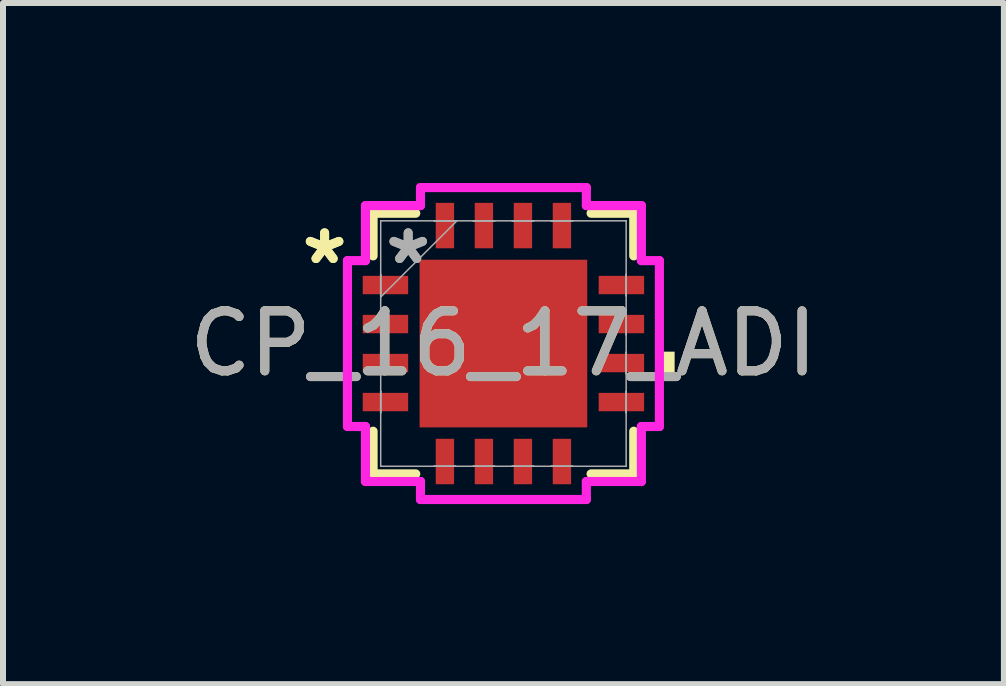
<source format=kicad_pcb>
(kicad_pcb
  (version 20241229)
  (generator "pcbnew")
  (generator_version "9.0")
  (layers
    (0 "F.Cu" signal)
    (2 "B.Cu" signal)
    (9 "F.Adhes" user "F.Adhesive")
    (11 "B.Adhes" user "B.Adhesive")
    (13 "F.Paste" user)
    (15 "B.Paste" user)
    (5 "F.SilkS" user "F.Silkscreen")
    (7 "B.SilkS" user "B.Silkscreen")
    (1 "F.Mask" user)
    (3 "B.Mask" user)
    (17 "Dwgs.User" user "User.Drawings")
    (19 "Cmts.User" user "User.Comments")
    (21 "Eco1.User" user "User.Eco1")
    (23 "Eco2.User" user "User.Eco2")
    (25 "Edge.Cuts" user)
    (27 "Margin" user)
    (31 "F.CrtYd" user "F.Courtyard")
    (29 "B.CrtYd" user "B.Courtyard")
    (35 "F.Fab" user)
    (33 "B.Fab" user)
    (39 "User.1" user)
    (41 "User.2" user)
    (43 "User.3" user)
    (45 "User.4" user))
  (footprint "CP_16_17_ADI"
    (layer "F.Cu")
    (at 5.339 2.675)
    (property "Reference" "CP_16_17_ADI" (at 0 0 0) (unlocked yes) (layer "F.SilkS") (effects (font (size 1 1) (thickness 0.15))))
    (attr smd)
    (fp_line (start -2.172 -2.172) (end -2.172 -1.461) (stroke (width 0.152) (type solid)) (layer "F.SilkS"))
    (fp_line (start -2.172 1.461) (end -2.172 2.172) (stroke (width 0.152) (type solid)) (layer "F.SilkS"))
    (fp_line (start -2.172 2.172) (end -1.461 2.172) (stroke (width 0.152) (type solid)) (layer "F.SilkS"))
    (fp_line (start -1.461 -2.172) (end -2.172 -2.172) (stroke (width 0.152) (type solid)) (layer "F.SilkS"))
    (fp_line (start 1.461 2.172) (end 2.172 2.172) (stroke (width 0.152) (type solid)) (layer "F.SilkS"))
    (fp_line (start 2.172 -2.172) (end 1.461 -2.172) (stroke (width 0.152) (type solid)) (layer "F.SilkS"))
    (fp_line (start 2.172 -1.461) (end 2.172 -2.172) (stroke (width 0.152) (type solid)) (layer "F.SilkS"))
    (fp_line (start 2.172 2.172) (end 2.172 1.461) (stroke (width 0.152) (type solid)) (layer "F.SilkS"))
    (fp_poly (pts (xy 2.853 0.135) (xy 2.853 0.516) (xy 2.599 0.516) (xy 2.599 0.135)) (stroke (width 0) (type solid)) (fill yes) (layer "F.SilkS"))
    (fp_poly (pts (xy -1.297 -1.297) (xy -1.297 -0.1) (xy -0.1 -0.1) (xy -0.1 -1.297)) (stroke (width 0) (type solid)) (fill yes) (layer "F.Paste"))
    (fp_poly (pts (xy -1.297 0.1) (xy -1.297 1.297) (xy -0.1 1.297) (xy -0.1 0.1)) (stroke (width 0) (type solid)) (fill yes) (layer "F.Paste"))
    (fp_poly (pts (xy 0.1 -1.297) (xy 0.1 -0.1) (xy 1.297 -0.1) (xy 1.297 -1.297)) (stroke (width 0) (type solid)) (fill yes) (layer "F.Paste"))
    (fp_poly (pts (xy 0.1 0.1) (xy 0.1 1.297) (xy 1.297 1.297) (xy 1.297 0.1)) (stroke (width 0) (type solid)) (fill yes) (layer "F.Paste"))
    (fp_line (start -2.599 -1.382) (end -2.299 -1.382) (stroke (width 0.152) (type solid)) (layer "F.CrtYd"))
    (fp_line (start -2.599 1.382) (end -2.599 -1.382) (stroke (width 0.152) (type solid)) (layer "F.CrtYd"))
    (fp_line (start -2.299 -2.299) (end -1.382 -2.299) (stroke (width 0.152) (type solid)) (layer "F.CrtYd"))
    (fp_line (start -2.299 -1.382) (end -2.299 -2.299) (stroke (width 0.152) (type solid)) (layer "F.CrtYd"))
    (fp_line (start -2.299 1.382) (end -2.599 1.382) (stroke (width 0.152) (type solid)) (layer "F.CrtYd"))
    (fp_line (start -2.299 2.299) (end -2.299 1.382) (stroke (width 0.152) (type solid)) (layer "F.CrtYd"))
    (fp_line (start -1.382 -2.599) (end 1.382 -2.599) (stroke (width 0.152) (type solid)) (layer "F.CrtYd"))
    (fp_line (start -1.382 -2.299) (end -1.382 -2.599) (stroke (width 0.152) (type solid)) (layer "F.CrtYd"))
    (fp_line (start -1.382 2.299) (end -2.299 2.299) (stroke (width 0.152) (type solid)) (layer "F.CrtYd"))
    (fp_line (start -1.382 2.599) (end -1.382 2.299) (stroke (width 0.152) (type solid)) (layer "F.CrtYd"))
    (fp_line (start 1.382 -2.599) (end 1.382 -2.299) (stroke (width 0.152) (type solid)) (layer "F.CrtYd"))
    (fp_line (start 1.382 -2.299) (end 2.299 -2.299) (stroke (width 0.152) (type solid)) (layer "F.CrtYd"))
    (fp_line (start 1.382 2.299) (end 1.382 2.599) (stroke (width 0.152) (type solid)) (layer "F.CrtYd"))
    (fp_line (start 1.382 2.599) (end -1.382 2.599) (stroke (width 0.152) (type solid)) (layer "F.CrtYd"))
    (fp_line (start 2.299 -2.299) (end 2.299 -1.382) (stroke (width 0.152) (type solid)) (layer "F.CrtYd"))
    (fp_line (start 2.299 -1.382) (end 2.599 -1.382) (stroke (width 0.152) (type solid)) (layer "F.CrtYd"))
    (fp_line (start 2.299 1.382) (end 2.299 2.299) (stroke (width 0.152) (type solid)) (layer "F.CrtYd"))
    (fp_line (start 2.299 2.299) (end 1.382 2.299) (stroke (width 0.152) (type solid)) (layer "F.CrtYd"))
    (fp_line (start 2.599 -1.382) (end 2.599 1.382) (stroke (width 0.152) (type solid)) (layer "F.CrtYd"))
    (fp_line (start 2.599 1.382) (end 2.299 1.382) (stroke (width 0.152) (type solid)) (layer "F.CrtYd"))
    (fp_line (start -2.045 -2.045) (end -2.045 -2.045) (stroke (width 0.025) (type solid)) (layer "F.Fab"))
    (fp_line (start -2.045 -2.045) (end -2.045 2.045) (stroke (width 0.025) (type solid)) (layer "F.Fab"))
    (fp_line (start -2.045 -1.153) (end -2.045 -1.153) (stroke (width 0.025) (type solid)) (layer "F.Fab"))
    (fp_line (start -2.045 -1.153) (end -2.045 -0.797) (stroke (width 0.025) (type solid)) (layer "F.Fab"))
    (fp_line (start -2.045 -0.797) (end -2.045 -1.153) (stroke (width 0.025) (type solid)) (layer "F.Fab"))
    (fp_line (start -2.045 -0.797) (end -2.045 -0.797) (stroke (width 0.025) (type solid)) (layer "F.Fab"))
    (fp_line (start -2.045 -0.775) (end -0.775 -2.045) (stroke (width 0.025) (type solid)) (layer "F.Fab"))
    (fp_line (start -2.045 -0.503) (end -2.045 -0.503) (stroke (width 0.025) (type solid)) (layer "F.Fab"))
    (fp_line (start -2.045 -0.503) (end -2.045 -0.147) (stroke (width 0.025) (type solid)) (layer "F.Fab"))
    (fp_line (start -2.045 -0.147) (end -2.045 -0.503) (stroke (width 0.025) (type solid)) (layer "F.Fab"))
    (fp_line (start -2.045 -0.147) (end -2.045 -0.147) (stroke (width 0.025) (type solid)) (layer "F.Fab"))
    (fp_line (start -2.045 0.147) (end -2.045 0.147) (stroke (width 0.025) (type solid)) (layer "F.Fab"))
    (fp_line (start -2.045 0.147) (end -2.045 0.503) (stroke (width 0.025) (type solid)) (layer "F.Fab"))
    (fp_line (start -2.045 0.503) (end -2.045 0.147) (stroke (width 0.025) (type solid)) (layer "F.Fab"))
    (fp_line (start -2.045 0.503) (end -2.045 0.503) (stroke (width 0.025) (type solid)) (layer "F.Fab"))
    (fp_line (start -2.045 0.797) (end -2.045 0.797) (stroke (width 0.025) (type solid)) (layer "F.Fab"))
    (fp_line (start -2.045 0.797) (end -2.045 1.153) (stroke (width 0.025) (type solid)) (layer "F.Fab"))
    (fp_line (start -2.045 1.153) (end -2.045 0.797) (stroke (width 0.025) (type solid)) (layer "F.Fab"))
    (fp_line (start -2.045 1.153) (end -2.045 1.153) (stroke (width 0.025) (type solid)) (layer "F.Fab"))
    (fp_line (start -2.045 2.045) (end -2.045 2.045) (stroke (width 0.025) (type solid)) (layer "F.Fab"))
    (fp_line (start -2.045 2.045) (end 2.045 2.045) (stroke (width 0.025) (type solid)) (layer "F.Fab"))
    (fp_line (start -1.153 -2.045) (end -1.153 -2.045) (stroke (width 0.025) (type solid)) (layer "F.Fab"))
    (fp_line (start -1.153 -2.045) (end -0.797 -2.045) (stroke (width 0.025) (type solid)) (layer "F.Fab"))
    (fp_line (start -1.153 2.045) (end -1.153 2.045) (stroke (width 0.025) (type solid)) (layer "F.Fab"))
    (fp_line (start -1.153 2.045) (end -0.797 2.045) (stroke (width 0.025) (type solid)) (layer "F.Fab"))
    (fp_line (start -0.797 -2.045) (end -1.153 -2.045) (stroke (width 0.025) (type solid)) (layer "F.Fab"))
    (fp_line (start -0.797 -2.045) (end -0.797 -2.045) (stroke (width 0.025) (type solid)) (layer "F.Fab"))
    (fp_line (start -0.797 2.045) (end -1.153 2.045) (stroke (width 0.025) (type solid)) (layer "F.Fab"))
    (fp_line (start -0.797 2.045) (end -0.797 2.045) (stroke (width 0.025) (type solid)) (layer "F.Fab"))
    (fp_line (start -0.503 -2.045) (end -0.503 -2.045) (stroke (width 0.025) (type solid)) (layer "F.Fab"))
    (fp_line (start -0.503 -2.045) (end -0.147 -2.045) (stroke (width 0.025) (type solid)) (layer "F.Fab"))
    (fp_line (start -0.503 2.045) (end -0.503 2.045) (stroke (width 0.025) (type solid)) (layer "F.Fab"))
    (fp_line (start -0.503 2.045) (end -0.147 2.045) (stroke (width 0.025) (type solid)) (layer "F.Fab"))
    (fp_line (start -0.147 -2.045) (end -0.503 -2.045) (stroke (width 0.025) (type solid)) (layer "F.Fab"))
    (fp_line (start -0.147 -2.045) (end -0.147 -2.045) (stroke (width 0.025) (type solid)) (layer "F.Fab"))
    (fp_line (start -0.147 2.045) (end -0.503 2.045) (stroke (width 0.025) (type solid)) (layer "F.Fab"))
    (fp_line (start -0.147 2.045) (end -0.147 2.045) (stroke (width 0.025) (type solid)) (layer "F.Fab"))
    (fp_line (start 0.147 -2.045) (end 0.147 -2.045) (stroke (width 0.025) (type solid)) (layer "F.Fab"))
    (fp_line (start 0.147 -2.045) (end 0.503 -2.045) (stroke (width 0.025) (type solid)) (layer "F.Fab"))
    (fp_line (start 0.147 2.045) (end 0.147 2.045) (stroke (width 0.025) (type solid)) (layer "F.Fab"))
    (fp_line (start 0.147 2.045) (end 0.503 2.045) (stroke (width 0.025) (type solid)) (layer "F.Fab"))
    (fp_line (start 0.503 -2.045) (end 0.147 -2.045) (stroke (width 0.025) (type solid)) (layer "F.Fab"))
    (fp_line (start 0.503 -2.045) (end 0.503 -2.045) (stroke (width 0.025) (type solid)) (layer "F.Fab"))
    (fp_line (start 0.503 2.045) (end 0.147 2.045) (stroke (width 0.025) (type solid)) (layer "F.Fab"))
    (fp_line (start 0.503 2.045) (end 0.503 2.045) (stroke (width 0.025) (type solid)) (layer "F.Fab"))
    (fp_line (start 0.797 -2.045) (end 0.797 -2.045) (stroke (width 0.025) (type solid)) (layer "F.Fab"))
    (fp_line (start 0.797 -2.045) (end 1.153 -2.045) (stroke (width 0.025) (type solid)) (layer "F.Fab"))
    (fp_line (start 0.797 2.045) (end 0.797 2.045) (stroke (width 0.025) (type solid)) (layer "F.Fab"))
    (fp_line (start 0.797 2.045) (end 1.153 2.045) (stroke (width 0.025) (type solid)) (layer "F.Fab"))
    (fp_line (start 1.153 -2.045) (end 0.797 -2.045) (stroke (width 0.025) (type solid)) (layer "F.Fab"))
    (fp_line (start 1.153 -2.045) (end 1.153 -2.045) (stroke (width 0.025) (type solid)) (layer "F.Fab"))
    (fp_line (start 1.153 2.045) (end 0.797 2.045) (stroke (width 0.025) (type solid)) (layer "F.Fab"))
    (fp_line (start 1.153 2.045) (end 1.153 2.045) (stroke (width 0.025) (type solid)) (layer "F.Fab"))
    (fp_line (start 2.045 -2.045) (end -2.045 -2.045) (stroke (width 0.025) (type solid)) (layer "F.Fab"))
    (fp_line (start 2.045 -2.045) (end 2.045 -2.045) (stroke (width 0.025) (type solid)) (layer "F.Fab"))
    (fp_line (start 2.045 -1.153) (end 2.045 -1.153) (stroke (width 0.025) (type solid)) (layer "F.Fab"))
    (fp_line (start 2.045 -1.153) (end 2.045 -0.797) (stroke (width 0.025) (type solid)) (layer "F.Fab"))
    (fp_line (start 2.045 -0.797) (end 2.045 -1.153) (stroke (width 0.025) (type solid)) (layer "F.Fab"))
    (fp_line (start 2.045 -0.797) (end 2.045 -0.797) (stroke (width 0.025) (type solid)) (layer "F.Fab"))
    (fp_line (start 2.045 -0.503) (end 2.045 -0.503) (stroke (width 0.025) (type solid)) (layer "F.Fab"))
    (fp_line (start 2.045 -0.503) (end 2.045 -0.147) (stroke (width 0.025) (type solid)) (layer "F.Fab"))
    (fp_line (start 2.045 -0.147) (end 2.045 -0.503) (stroke (width 0.025) (type solid)) (layer "F.Fab"))
    (fp_line (start 2.045 -0.147) (end 2.045 -0.147) (stroke (width 0.025) (type solid)) (layer "F.Fab"))
    (fp_line (start 2.045 0.147) (end 2.045 0.147) (stroke (width 0.025) (type solid)) (layer "F.Fab"))
    (fp_line (start 2.045 0.147) (end 2.045 0.503) (stroke (width 0.025) (type solid)) (layer "F.Fab"))
    (fp_line (start 2.045 0.503) (end 2.045 0.147) (stroke (width 0.025) (type solid)) (layer "F.Fab"))
    (fp_line (start 2.045 0.503) (end 2.045 0.503) (stroke (width 0.025) (type solid)) (layer "F.Fab"))
    (fp_line (start 2.045 0.797) (end 2.045 0.797) (stroke (width 0.025) (type solid)) (layer "F.Fab"))
    (fp_line (start 2.045 0.797) (end 2.045 1.153) (stroke (width 0.025) (type solid)) (layer "F.Fab"))
    (fp_line (start 2.045 1.153) (end 2.045 0.797) (stroke (width 0.025) (type solid)) (layer "F.Fab"))
    (fp_line (start 2.045 1.153) (end 2.045 1.153) (stroke (width 0.025) (type solid)) (layer "F.Fab"))
    (fp_line (start 2.045 2.045) (end 2.045 -2.045) (stroke (width 0.025) (type solid)) (layer "F.Fab"))
    (fp_line (start 2.045 2.045) (end 2.045 2.045) (stroke (width 0.025) (type solid)) (layer "F.Fab"))
    (fp_text user "*" (at -2.98 -1.3 0) (layer "F.SilkS") (effects (font (size 1 1) (thickness 0.15))))
    (fp_text user "*" (at -2.98 -1.3 0) (unlocked yes) (layer "F.SilkS") (effects (font (size 1 1) (thickness 0.15))))
    (fp_text user "*" (at -1.587 -1.3 0) (unlocked yes) (layer "F.Fab") (effects (font (size 1 1) (thickness 0.15))))
    (fp_text user "${REFERENCE}" (at 0 0 0) (unlocked yes) (layer "F.Fab") (effects (font (size 1 1) (thickness 0.15))))
    (fp_text user "*" (at -1.587 -1.3 0) (layer "F.Fab") (effects (font (size 1 1) (thickness 0.15))))
    (pad "1" smd rect (at -1.966 -0.975 90) (size 0.306 0.757) (layers "F.Cu" "F.Mask" "F.Paste"))
    (pad "2" smd rect (at -1.966 -0.325 90) (size 0.306 0.757) (layers "F.Cu" "F.Mask" "F.Paste"))
    (pad "3" smd rect (at -1.966 0.325 90) (size 0.306 0.757) (layers "F.Cu" "F.Mask" "F.Paste"))
    (pad "4" smd rect (at -1.966 0.975 90) (size 0.306 0.757) (layers "F.Cu" "F.Mask" "F.Paste"))
    (pad "5" smd rect (at -0.975 1.966) (size 0.306 0.757) (layers "F.Cu" "F.Mask" "F.Paste"))
    (pad "6" smd rect (at -0.325 1.966) (size 0.306 0.757) (layers "F.Cu" "F.Mask" "F.Paste"))
    (pad "7" smd rect (at 0.325 1.966) (size 0.306 0.757) (layers "F.Cu" "F.Mask" "F.Paste"))
    (pad "8" smd rect (at 0.975 1.966) (size 0.306 0.757) (layers "F.Cu" "F.Mask" "F.Paste"))
    (pad "9" smd rect (at 1.966 0.975 90) (size 0.306 0.757) (layers "F.Cu" "F.Mask" "F.Paste"))
    (pad "10" smd rect (at 1.966 0.325 90) (size 0.306 0.757) (layers "F.Cu" "F.Mask" "F.Paste"))
    (pad "11" smd rect (at 1.966 -0.325 90) (size 0.306 0.757) (layers "F.Cu" "F.Mask" "F.Paste"))
    (pad "12" smd rect (at 1.966 -0.975 90) (size 0.306 0.757) (layers "F.Cu" "F.Mask" "F.Paste"))
    (pad "13" smd rect (at 0.975 -1.966) (size 0.306 0.757) (layers "F.Cu" "F.Mask" "F.Paste"))
    (pad "14" smd rect (at 0.325 -1.966) (size 0.306 0.757) (layers "F.Cu" "F.Mask" "F.Paste"))
    (pad "15" smd rect (at -0.325 -1.966) (size 0.306 0.757) (layers "F.Cu" "F.Mask" "F.Paste"))
    (pad "16" smd rect (at -0.975 -1.966) (size 0.306 0.757) (layers "F.Cu" "F.Mask" "F.Paste"))
    (pad "17" smd rect (at 0 0) (size 2.794 2.794) (layers "F.Cu" "F.Mask" "F.Paste")))
  (gr_rect
    (start -3 -3)
    (end 13.679 8.35)
    (stroke (width 0.1) (type default))
    (fill no)
    (layer "Edge.Cuts")))
</source>
